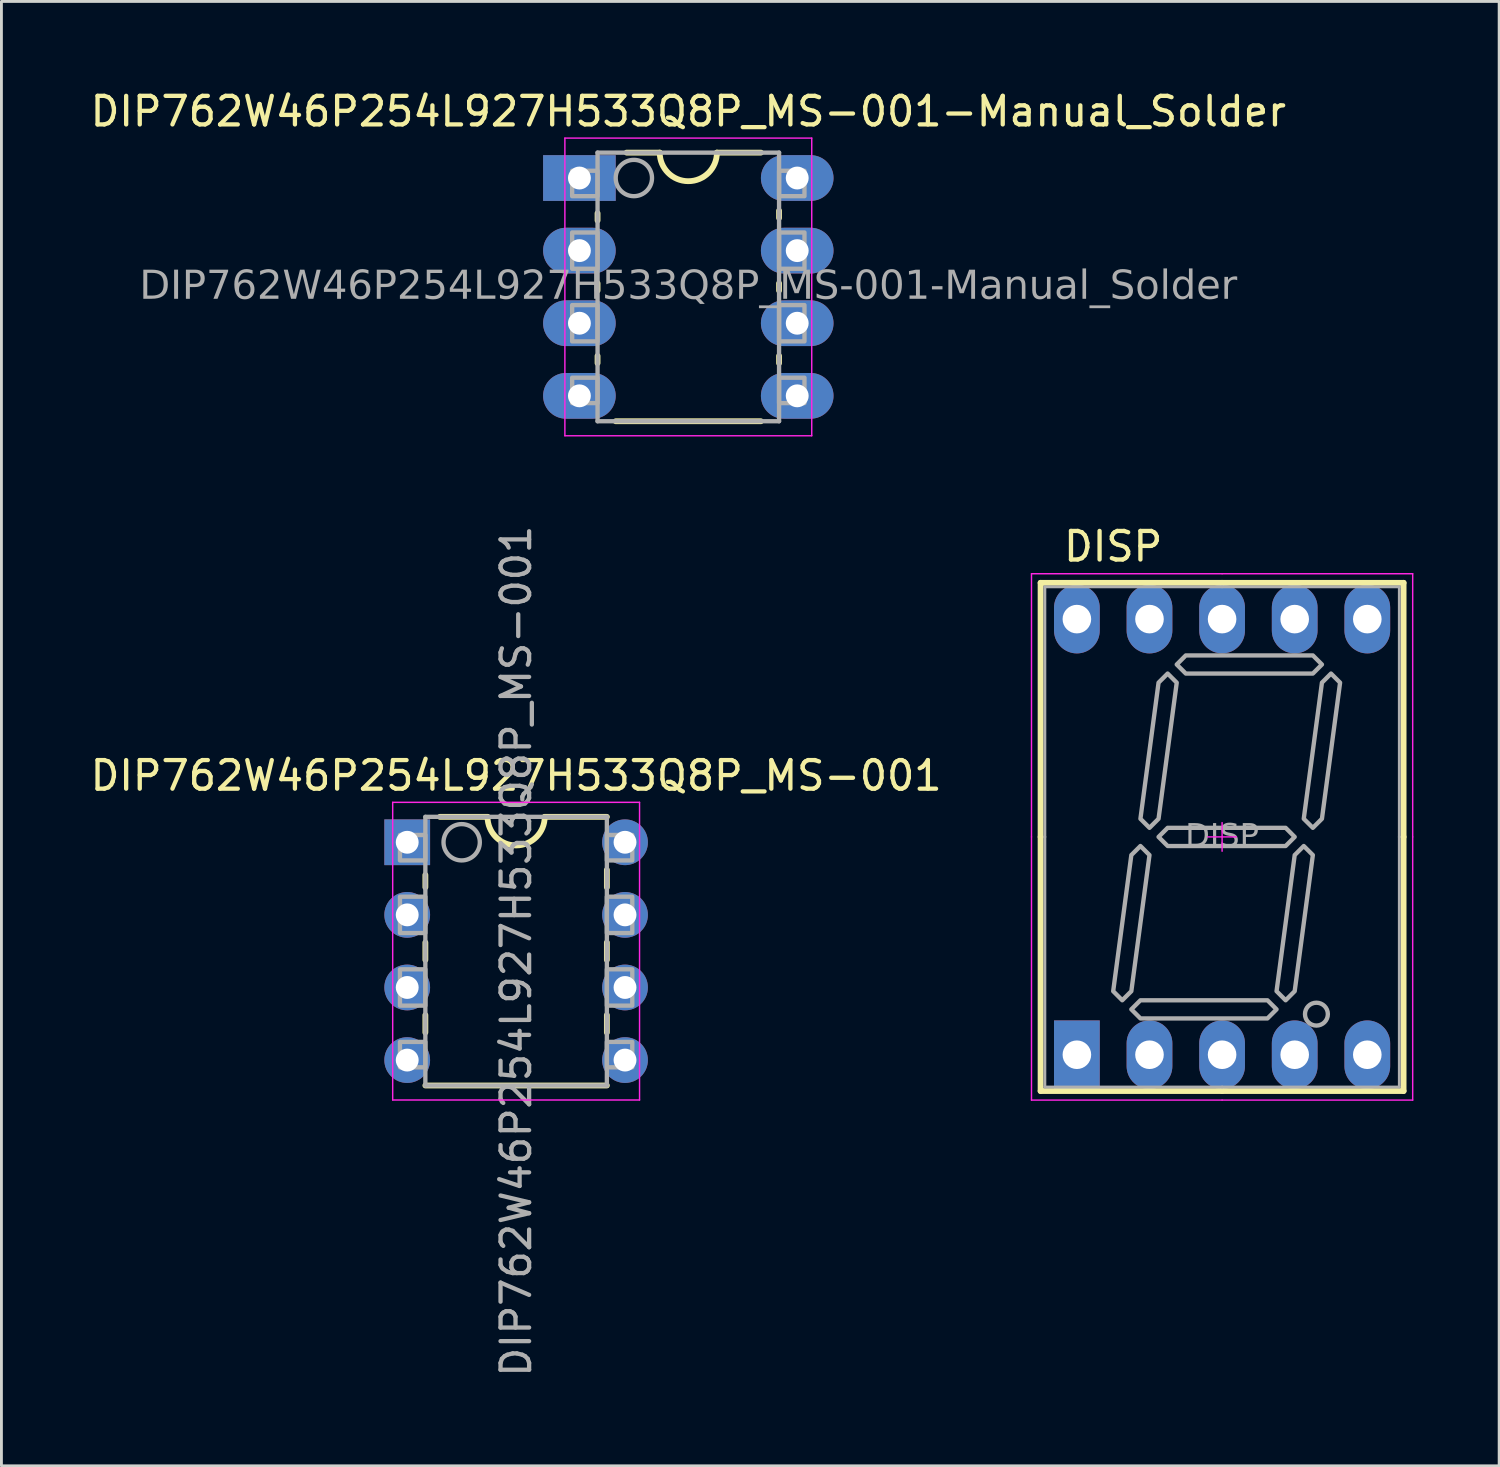
<source format=kicad_pcb>
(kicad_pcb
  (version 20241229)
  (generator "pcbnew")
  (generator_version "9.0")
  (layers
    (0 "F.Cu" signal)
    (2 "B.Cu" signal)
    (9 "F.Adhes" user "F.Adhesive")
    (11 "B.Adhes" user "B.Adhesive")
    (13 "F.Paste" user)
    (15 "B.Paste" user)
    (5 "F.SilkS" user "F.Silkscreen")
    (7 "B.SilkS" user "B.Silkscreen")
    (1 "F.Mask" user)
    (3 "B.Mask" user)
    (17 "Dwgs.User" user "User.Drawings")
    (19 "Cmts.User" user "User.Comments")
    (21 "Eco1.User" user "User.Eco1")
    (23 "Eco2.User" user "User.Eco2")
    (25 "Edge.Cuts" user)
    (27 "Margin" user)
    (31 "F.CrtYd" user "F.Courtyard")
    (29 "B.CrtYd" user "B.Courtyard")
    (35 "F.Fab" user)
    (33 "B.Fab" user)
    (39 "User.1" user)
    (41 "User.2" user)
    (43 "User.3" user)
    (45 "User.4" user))
  (footprint "DIP762W46P254L927H533Q8P_MS-001"
    (layer "F.Cu")
    (at 15.006 30.226)
    (property "Reference" "DIP762W46P254L927H533Q8P_MS-001" (at 0 -6.14 0) (layer "F.SilkS") (effects (font (size 1 1) (thickness 0.15))))
    (attr through_hole)
    (fp_line (start -3.175 -2.667) (end -3.175 -2.235) (stroke (width 0.203) (type solid)) (layer "F.SilkS"))
    (fp_line (start -3.175 -0.305) (end -3.175 0.305) (stroke (width 0.203) (type solid)) (layer "F.SilkS"))
    (fp_line (start -3.175 2.235) (end -3.175 2.845) (stroke (width 0.203) (type solid)) (layer "F.SilkS"))
    (fp_line (start -3.175 4.699) (end 3.175 4.699) (stroke (width 0.203) (type solid)) (layer "F.SilkS"))
    (fp_line (start -1 -4.699) (end -2.667 -4.699) (stroke (width 0.203) (type solid)) (layer "F.SilkS"))
    (fp_line (start 3.175 -4.699) (end 1 -4.699) (stroke (width 0.203) (type solid)) (layer "F.SilkS"))
    (fp_line (start 3.175 -2.845) (end 3.175 -2.235) (stroke (width 0.203) (type solid)) (layer "F.SilkS"))
    (fp_line (start 3.175 -0.305) (end 3.175 0.305) (stroke (width 0.203) (type solid)) (layer "F.SilkS"))
    (fp_line (start 3.175 2.235) (end 3.175 2.845) (stroke (width 0.203) (type solid)) (layer "F.SilkS"))
    (fp_arc (start 1 -4.699) (mid 0 -3.699) (end -1 -4.699) (stroke (width 0.2032) (type solid)) (layer "F.SilkS"))
    (fp_line (start -4.318 -5.207) (end -4.318 5.207) (stroke (width 0.05) (type solid)) (layer "F.CrtYd"))
    (fp_line (start -4.318 5.207) (end 4.318 5.207) (stroke (width 0.05) (type solid)) (layer "F.CrtYd"))
    (fp_line (start 4.318 -5.207) (end -4.318 -5.207) (stroke (width 0.05) (type solid)) (layer "F.CrtYd"))
    (fp_line (start 4.318 5.207) (end 4.318 -5.207) (stroke (width 0.05) (type solid)) (layer "F.CrtYd"))
    (fp_line (start -3.175 -4.699) (end 3.175 -4.699) (stroke (width 0.152) (type solid)) (layer "F.Fab"))
    (fp_line (start -3.175 4.699) (end -3.175 -4.699) (stroke (width 0.152) (type solid)) (layer "F.Fab"))
    (fp_line (start 3.175 -4.699) (end 3.175 4.699) (stroke (width 0.152) (type solid)) (layer "F.Fab"))
    (fp_line (start 3.175 4.699) (end -3.175 4.699) (stroke (width 0.152) (type solid)) (layer "F.Fab"))
    (fp_circle (center -1.905 -3.81) (end -1.27 -3.81) (stroke (width 0.152) (type solid)) (fill no) (layer "F.Fab"))
    (fp_poly (pts (xy -3.175 -4.064) (xy -4.064 -4.064) (xy -4.064 -3.175) (xy -3.175 -3.175)) (stroke (width 0.152) (type solid)) (fill no) (layer "F.Fab"))
    (fp_poly (pts (xy -3.175 -1.905) (xy -4.064 -1.905) (xy -4.064 -0.635) (xy -3.175 -0.635)) (stroke (width 0.152) (type solid)) (fill no) (layer "F.Fab"))
    (fp_poly (pts (xy -3.175 0.635) (xy -4.064 0.635) (xy -4.064 1.905) (xy -3.175 1.905)) (stroke (width 0.152) (type solid)) (fill no) (layer "F.Fab"))
    (fp_poly (pts (xy -3.175 3.175) (xy -4.064 3.175) (xy -4.064 4.064) (xy -3.175 4.064)) (stroke (width 0.152) (type solid)) (fill no) (layer "F.Fab"))
    (fp_poly (pts (xy 3.175 -4.064) (xy 4.064 -4.064) (xy 4.064 -3.175) (xy 3.175 -3.175)) (stroke (width 0.152) (type solid)) (fill no) (layer "F.Fab"))
    (fp_poly (pts (xy 3.175 -1.905) (xy 4.064 -1.905) (xy 4.064 -0.635) (xy 3.175 -0.635)) (stroke (width 0.152) (type solid)) (fill no) (layer "F.Fab"))
    (fp_poly (pts (xy 3.175 0.635) (xy 4.064 0.635) (xy 4.064 1.905) (xy 3.175 1.905)) (stroke (width 0.152) (type solid)) (fill no) (layer "F.Fab"))
    (fp_poly (pts (xy 3.175 3.175) (xy 4.064 3.175) (xy 4.064 4.064) (xy 3.175 4.064)) (stroke (width 0.152) (type solid)) (fill no) (layer "F.Fab"))
    (fp_text user "${REFERENCE}" (at 0 0 90) (layer "F.Fab") (effects (font (size 1 1) (thickness 0.15))))
    (pad "1" thru_hole rect (at -3.81 -3.81) (size 1.6 1.6) (drill 0.8) (layers "*.Cu" "*.Mask"))
    (pad "2" thru_hole circle (at -3.81 -1.27) (size 1.6 1.6) (drill 0.8) (layers "*.Cu" "*.Mask"))
    (pad "3" thru_hole circle (at -3.81 1.27) (size 1.6 1.6) (drill 0.8) (layers "*.Cu" "*.Mask"))
    (pad "4" thru_hole circle (at -3.81 3.81) (size 1.6 1.6) (drill 0.8) (layers "*.Cu" "*.Mask"))
    (pad "5" thru_hole circle (at 3.81 3.81) (size 1.6 1.6) (drill 0.8) (layers "*.Cu" "*.Mask"))
    (pad "6" thru_hole circle (at 3.81 1.27) (size 1.6 1.6) (drill 0.8) (layers "*.Cu" "*.Mask"))
    (pad "7" thru_hole circle (at 3.81 -1.27) (size 1.6 1.6) (drill 0.8) (layers "*.Cu" "*.Mask"))
    (pad "8" thru_hole circle (at 3.81 -3.81) (size 1.6 1.6) (drill 0.8) (layers "*.Cu" "*.Mask")))
  (footprint "DIP762W46P254L927H533Q8P_MS-001-Manual_Solder"
    (layer "F.Cu")
    (at 21.03 6.988)
    (property "Reference" "DIP762W46P254L927H533Q8P_MS-001-Manual_Solder" (at 0 -6.14 0) (layer "F.SilkS") (effects (font (size 1 1) (thickness 0.15))))
    (attr through_hole)
    (fp_line (start -3.175 -2.578) (end -3.175 -2.324) (stroke (width 0.203) (type solid)) (layer "F.SilkS"))
    (fp_line (start -3.175 -0.127) (end -3.175 0.127) (stroke (width 0.203) (type solid)) (layer "F.SilkS"))
    (fp_line (start -3.175 2.413) (end -3.175 2.667) (stroke (width 0.203) (type solid)) (layer "F.SilkS"))
    (fp_line (start -2.54 4.699) (end 2.54 4.699) (stroke (width 0.203) (type solid)) (layer "F.SilkS"))
    (fp_line (start -1 -4.699) (end -2.159 -4.699) (stroke (width 0.203) (type solid)) (layer "F.SilkS"))
    (fp_line (start 2.54 -4.699) (end 1 -4.699) (stroke (width 0.203) (type solid)) (layer "F.SilkS"))
    (fp_line (start 3.175 -2.667) (end 3.175 -2.413) (stroke (width 0.203) (type solid)) (layer "F.SilkS"))
    (fp_line (start 3.175 -0.127) (end 3.175 0.127) (stroke (width 0.203) (type solid)) (layer "F.SilkS"))
    (fp_line (start 3.175 2.413) (end 3.175 2.667) (stroke (width 0.203) (type solid)) (layer "F.SilkS"))
    (fp_arc (start 1 -4.699) (mid 0 -3.699) (end -1 -4.699) (stroke (width 0.2032) (type solid)) (layer "F.SilkS"))
    (fp_line (start -4.318 -5.207) (end -4.318 5.207) (stroke (width 0.05) (type solid)) (layer "F.CrtYd"))
    (fp_line (start -4.318 5.207) (end 4.318 5.207) (stroke (width 0.05) (type solid)) (layer "F.CrtYd"))
    (fp_line (start 4.318 -5.207) (end -4.318 -5.207) (stroke (width 0.05) (type solid)) (layer "F.CrtYd"))
    (fp_line (start 4.318 5.207) (end 4.318 -5.207) (stroke (width 0.05) (type solid)) (layer "F.CrtYd"))
    (fp_line (start -3.175 -4.699) (end 3.175 -4.699) (stroke (width 0.152) (type solid)) (layer "F.Fab"))
    (fp_line (start -3.175 4.699) (end -3.175 -4.699) (stroke (width 0.152) (type solid)) (layer "F.Fab"))
    (fp_line (start 3.175 -4.699) (end 3.175 4.699) (stroke (width 0.152) (type solid)) (layer "F.Fab"))
    (fp_line (start 3.175 4.699) (end -3.175 4.699) (stroke (width 0.152) (type solid)) (layer "F.Fab"))
    (fp_circle (center -1.905 -3.81) (end -1.27 -3.81) (stroke (width 0.152) (type solid)) (fill no) (layer "F.Fab"))
    (fp_poly (pts (xy -3.175 -4.064) (xy -4.064 -4.064) (xy -4.064 -3.175) (xy -3.175 -3.175)) (stroke (width 0.152) (type solid)) (fill no) (layer "F.Fab"))
    (fp_poly (pts (xy -3.175 -1.905) (xy -4.064 -1.905) (xy -4.064 -0.635) (xy -3.175 -0.635)) (stroke (width 0.152) (type solid)) (fill no) (layer "F.Fab"))
    (fp_poly (pts (xy -3.175 0.635) (xy -4.064 0.635) (xy -4.064 1.905) (xy -3.175 1.905)) (stroke (width 0.152) (type solid)) (fill no) (layer "F.Fab"))
    (fp_poly (pts (xy -3.175 3.175) (xy -4.064 3.175) (xy -4.064 4.064) (xy -3.175 4.064)) (stroke (width 0.152) (type solid)) (fill no) (layer "F.Fab"))
    (fp_poly (pts (xy 3.175 -4.064) (xy 4.064 -4.064) (xy 4.064 -3.175) (xy 3.175 -3.175)) (stroke (width 0.152) (type solid)) (fill no) (layer "F.Fab"))
    (fp_poly (pts (xy 3.175 -1.905) (xy 4.064 -1.905) (xy 4.064 -0.635) (xy 3.175 -0.635)) (stroke (width 0.152) (type solid)) (fill no) (layer "F.Fab"))
    (fp_poly (pts (xy 3.175 0.635) (xy 4.064 0.635) (xy 4.064 1.905) (xy 3.175 1.905)) (stroke (width 0.152) (type solid)) (fill no) (layer "F.Fab"))
    (fp_poly (pts (xy 3.175 3.175) (xy 4.064 3.175) (xy 4.064 4.064) (xy 3.175 4.064)) (stroke (width 0.152) (type solid)) (fill no) (layer "F.Fab"))
    (fp_text user "${REFERENCE}" (at 0 0 0) (layer "F.Fab") (effects (font (face "Tahoma") (size 1 1) (thickness 0.15))))
    (pad "1" thru_hole rect (at -3.81 -3.81) (size 2.54 1.6) (drill 0.8) (layers "*.Cu" "*.Mask"))
    (pad "2" thru_hole oval (at -3.81 -1.27) (size 2.54 1.6) (drill 0.8) (layers "*.Cu" "*.Mask"))
    (pad "3" thru_hole oval (at -3.81 1.27) (size 2.54 1.6) (drill 0.8) (layers "*.Cu" "*.Mask"))
    (pad "4" thru_hole oval (at -3.81 3.81) (size 2.54 1.6) (drill 0.8) (layers "*.Cu" "*.Mask"))
    (pad "5" thru_hole oval (at 3.81 3.81) (size 2.54 1.6) (drill 0.8) (layers "*.Cu" "*.Mask"))
    (pad "6" thru_hole oval (at 3.81 1.27) (size 2.54 1.6) (drill 0.8) (layers "*.Cu" "*.Mask"))
    (pad "7" thru_hole oval (at 3.81 -1.27) (size 2.54 1.6) (drill 0.8) (layers "*.Cu" "*.Mask"))
    (pad "8" thru_hole oval (at 3.81 -3.81) (size 2.54 1.6) (drill 0.8) (layers "*.Cu" "*.Mask")))
  (footprint "DISP"
    (layer "F.Cu")
    (at 39.704 26.229)
    (property "Reference" "DISP" (at -3.81 -10.16 0) (layer "F.SilkS") (effects (font (size 1 1) (thickness 0.15))))
    (attr through_hole)
    (fp_line (start -6.35 -8.89) (end -6.35 0) (stroke (width 0.203) (type solid)) (layer "F.SilkS"))
    (fp_line (start -6.35 -8.89) (end 0 -8.89) (stroke (width 0.203) (type solid)) (layer "F.SilkS"))
    (fp_line (start -6.35 8.89) (end -6.35 0) (stroke (width 0.203) (type solid)) (layer "F.SilkS"))
    (fp_line (start -6.35 8.89) (end 0 8.89) (stroke (width 0.203) (type solid)) (layer "F.SilkS"))
    (fp_line (start 6.35 -8.89) (end 0 -8.89) (stroke (width 0.203) (type solid)) (layer "F.SilkS"))
    (fp_line (start 6.35 -8.89) (end 6.35 0) (stroke (width 0.203) (type solid)) (layer "F.SilkS"))
    (fp_line (start 6.35 8.89) (end 0 8.89) (stroke (width 0.203) (type solid)) (layer "F.SilkS"))
    (fp_line (start 6.35 8.89) (end 6.35 0) (stroke (width 0.203) (type solid)) (layer "F.SilkS"))
    (fp_line (start -6.668 -9.207) (end -6.668 0) (stroke (width 0.05) (type solid)) (layer "F.CrtYd"))
    (fp_line (start -6.668 -9.207) (end 0 -9.207) (stroke (width 0.05) (type solid)) (layer "F.CrtYd"))
    (fp_line (start -6.668 9.207) (end -6.668 0) (stroke (width 0.05) (type solid)) (layer "F.CrtYd"))
    (fp_line (start -6.668 9.207) (end 0 9.207) (stroke (width 0.05) (type solid)) (layer "F.CrtYd"))
    (fp_line (start -0.5 0) (end 0.5 0) (stroke (width 0.05) (type default)) (layer "F.CrtYd"))
    (fp_line (start 0 0.5) (end 0 -0.5) (stroke (width 0.05) (type default)) (layer "F.CrtYd"))
    (fp_line (start 6.668 -9.207) (end 0 -9.207) (stroke (width 0.05) (type solid)) (layer "F.CrtYd"))
    (fp_line (start 6.668 -9.207) (end 6.668 0) (stroke (width 0.05) (type solid)) (layer "F.CrtYd"))
    (fp_line (start 6.668 9.207) (end 0 9.207) (stroke (width 0.05) (type solid)) (layer "F.CrtYd"))
    (fp_line (start 6.668 9.207) (end 6.668 0) (stroke (width 0.05) (type solid)) (layer "F.CrtYd"))
    (fp_line (start -6.2 -8.75) (end -6.2 0) (stroke (width 0.1) (type solid)) (layer "F.Fab"))
    (fp_line (start -6.2 -8.75) (end 0 -8.75) (stroke (width 0.1) (type solid)) (layer "F.Fab"))
    (fp_line (start -6.2 8.75) (end -6.2 0) (stroke (width 0.1) (type solid)) (layer "F.Fab"))
    (fp_line (start -6.2 8.75) (end 0 8.75) (stroke (width 0.1) (type solid)) (layer "F.Fab"))
    (fp_line (start 6.2 -8.75) (end 0 -8.75) (stroke (width 0.1) (type solid)) (layer "F.Fab"))
    (fp_line (start 6.2 -8.75) (end 6.2 0) (stroke (width 0.1) (type solid)) (layer "F.Fab"))
    (fp_line (start 6.2 8.75) (end 0 8.75) (stroke (width 0.1) (type solid)) (layer "F.Fab"))
    (fp_line (start 6.2 8.75) (end 6.2 0) (stroke (width 0.1) (type solid)) (layer "F.Fab"))
    (fp_circle (center 3.3 6.2) (end 3.7 6.2) (stroke (width 0.152) (type solid)) (fill no) (layer "F.Fab"))
    (fp_poly (pts (xy -3.175 0.635) (xy -2.857 0.318) (xy -2.54 0.635) (xy -3.175 5.397) (xy -3.493 5.715) (xy -3.81 5.397)) (stroke (width 0.152) (type solid)) (fill no) (layer "F.Fab"))
    (fp_poly (pts (xy -2.223 -5.397) (xy -1.905 -5.715) (xy -1.587 -5.397) (xy -2.223 -0.635) (xy -2.54 -0.318) (xy -2.857 -0.635)) (stroke (width 0.152) (type solid)) (fill no) (layer "F.Fab"))
    (fp_poly (pts (xy 1.587 5.715) (xy 1.905 6.032) (xy 1.587 6.35) (xy -2.857 6.35) (xy -3.175 6.032) (xy -2.857 5.715)) (stroke (width 0.152) (type solid)) (fill no) (layer "F.Fab"))
    (fp_poly (pts (xy 2.54 0) (xy 2.223 -0.318) (xy -1.905 -0.318) (xy -2.223 0) (xy -1.905 0.318) (xy 2.223 0.318)) (stroke (width 0.152) (type solid)) (fill no) (layer "F.Fab"))
    (fp_poly (pts (xy 2.54 0.635) (xy 2.857 0.318) (xy 3.175 0.635) (xy 2.54 5.397) (xy 2.223 5.715) (xy 1.905 5.397)) (stroke (width 0.152) (type solid)) (fill no) (layer "F.Fab"))
    (fp_poly (pts (xy 3.175 -6.35) (xy 3.493 -6.032) (xy 3.175 -5.715) (xy -1.27 -5.715) (xy -1.587 -6.032) (xy -1.27 -6.35)) (stroke (width 0.152) (type solid)) (fill no) (layer "F.Fab"))
    (fp_poly (pts (xy 3.493 -5.397) (xy 3.81 -5.715) (xy 4.128 -5.397) (xy 3.493 -0.635) (xy 3.175 -0.318) (xy 2.857 -0.635)) (stroke (width 0.152) (type solid)) (fill no) (layer "F.Fab"))
    (fp_text user "${REFERENCE}" (at 0 0 0) (layer "F.Fab") (effects (font (face "Tahoma") (size 0.8 0.8) (thickness 0.12))))
    (pad "1" thru_hole rect (at -5.08 7.62) (size 1.6 2.4) (drill 1) (layers "*.Cu" "*.Mask"))
    (pad "2" thru_hole oval (at -2.54 7.62) (size 1.6 2.4) (drill 1) (layers "*.Cu" "*.Mask"))
    (pad "3" thru_hole oval (at 0 7.62) (size 1.6 2.4) (drill 1) (layers "*.Cu" "*.Mask"))
    (pad "4" thru_hole oval (at 2.54 7.62) (size 1.6 2.4) (drill 1) (layers "*.Cu" "*.Mask"))
    (pad "5" thru_hole oval (at 5.08 7.62) (size 1.6 2.4) (drill 1) (layers "*.Cu" "*.Mask"))
    (pad "6" thru_hole oval (at 5.08 -7.62) (size 1.6 2.4) (drill 1) (layers "*.Cu" "*.Mask"))
    (pad "7" thru_hole oval (at 2.54 -7.62) (size 1.6 2.4) (drill 1) (layers "*.Cu" "*.Mask"))
    (pad "8" thru_hole oval (at 0 -7.62) (size 1.6 2.4) (drill 1) (layers "*.Cu" "*.Mask"))
    (pad "9" thru_hole oval (at -2.54 -7.62) (size 1.6 2.4) (drill 1) (layers "*.Cu" "*.Mask"))
    (pad "10" thru_hole oval (at -5.08 -7.62) (size 1.6 2.4) (drill 1) (layers "*.Cu" "*.Mask")))
  (gr_rect
    (start -3 -3)
    (end 49.397 48.232)
    (stroke (width 0.1) (type default))
    (fill no)
    (layer "Edge.Cuts")))
</source>
